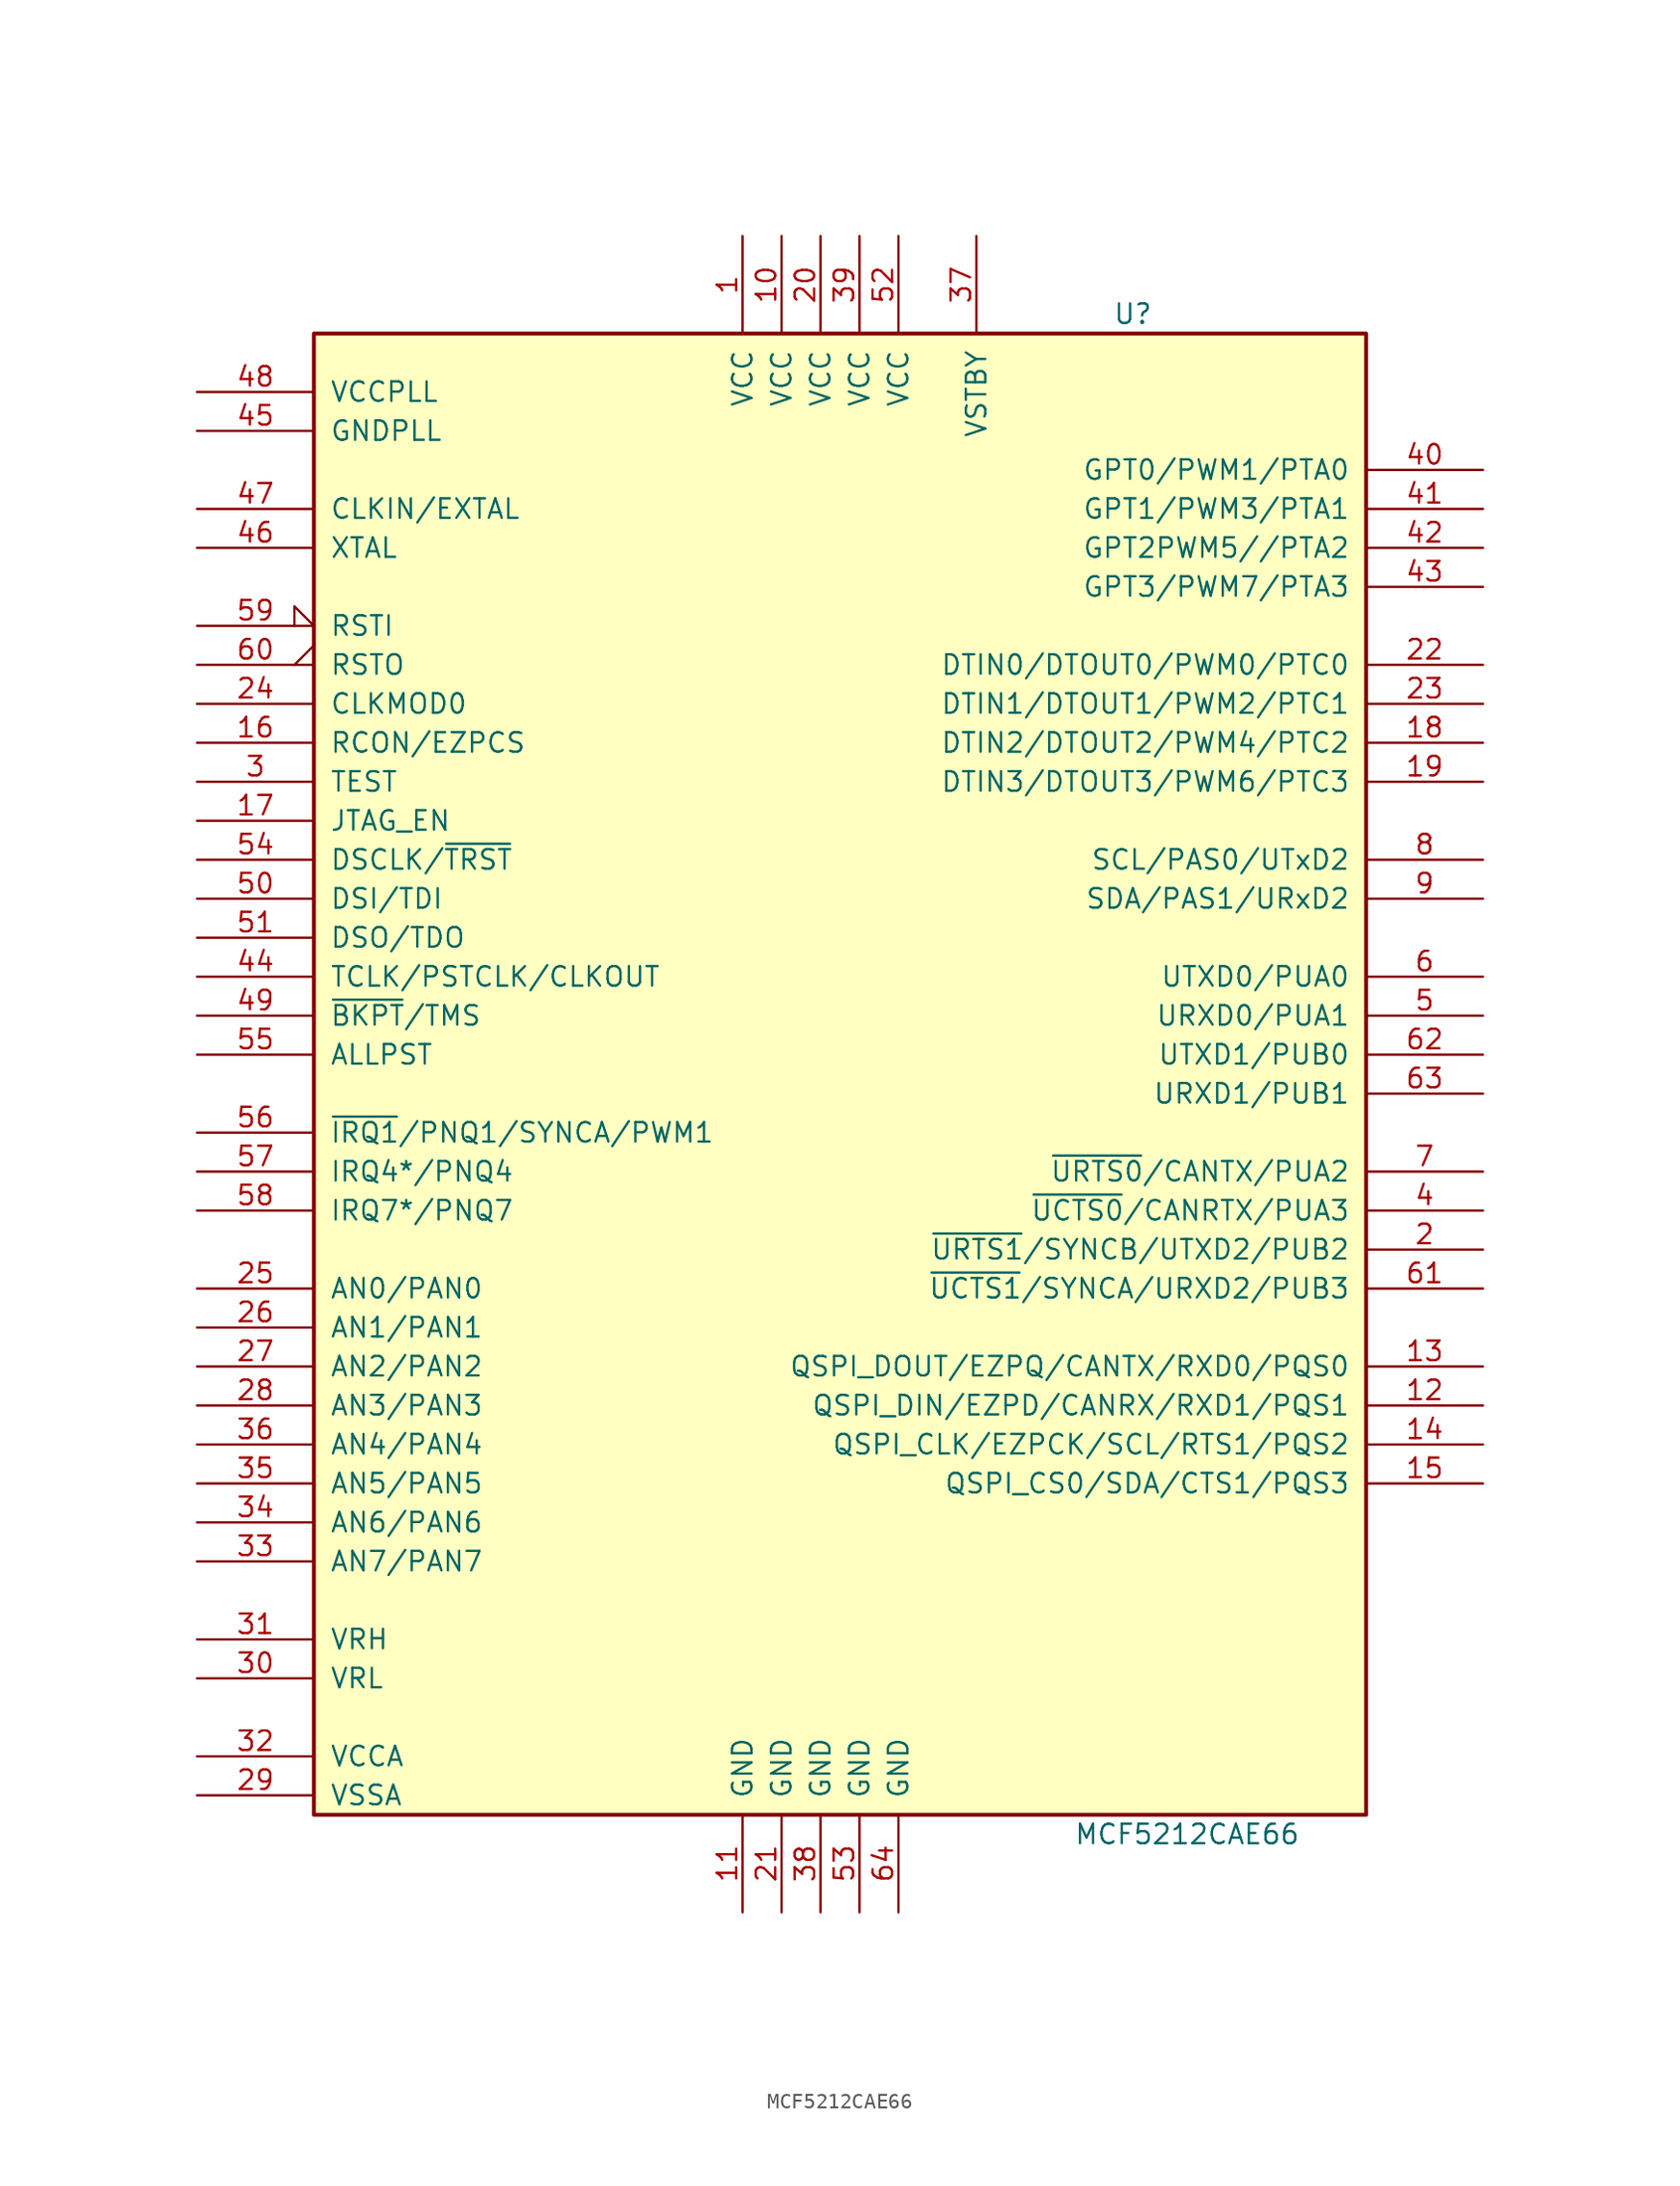
<source format=kicad_sym>
(kicad_symbol_lib
  (version 20201005)
  (generator kicad_symbol_editor)
  (symbol "MCF5212CAE66"
    (pin_names
      (offset 1.016))
    (property "Reference" "U"
      (at 19.05 50.8 0)
      (effects (font (size 1.27 1.27)) (justify left)))
    (property "Value" "MCF5212CAE66"
      (at 16.51 -48.26 0)
      (effects (font (size 1.27 1.27)) (justify left)))
    (symbol "MCF5212CAE66_0_1"
      (rectangle (start -33.02 49.53) (end 35.56 -46.99) (stroke (width 0.254)) (fill (type background))))
    (symbol "MCF5212CAE66_1_1"
      (pin power_in line (at -5.08 55.88 270) (length 6.35) (name "VCC" (effects (font (size 1.27 1.27)))) (number "1" (effects (font (size 1.27 1.27)))))
      (pin power_in line (at -2.54 55.88 270) (length 6.35) (name "VCC" (effects (font (size 1.27 1.27)))) (number "10" (effects (font (size 1.27 1.27)))))
      (pin power_in line (at -5.08 -53.34 90) (length 6.35) (name "GND" (effects (font (size 1.27 1.27)))) (number "11" (effects (font (size 1.27 1.27)))))
      (pin bidirectional line (at 43.18 -20.32 180) (length 7.62) (name "QSPI_DIN/EZPD/CANRX/RXD1/PQS1" (effects (font (size 1.27 1.27)))) (number "12" (effects (font (size 1.27 1.27)))))
      (pin bidirectional line (at 43.18 -17.78 180) (length 7.62) (name "QSPI_DOUT/EZPQ/CANTX/RXD0/PQS0" (effects (font (size 1.27 1.27)))) (number "13" (effects (font (size 1.27 1.27)))))
      (pin bidirectional line (at 43.18 -22.86 180) (length 7.62) (name "QSPI_CLK/EZPCK/SCL/RTS1/PQS2" (effects (font (size 1.27 1.27)))) (number "14" (effects (font (size 1.27 1.27)))))
      (pin bidirectional line (at 43.18 -25.4 180) (length 7.62) (name "QSPI_CS0/SDA/CTS1/PQS3" (effects (font (size 1.27 1.27)))) (number "15" (effects (font (size 1.27 1.27)))))
      (pin input line (at -40.64 22.86 0) (length 7.62) (name "RCON/EZPCS" (effects (font (size 1.27 1.27)))) (number "16" (effects (font (size 1.27 1.27)))))
      (pin input line (at -40.64 17.78 0) (length 7.62) (name "JTAG_EN" (effects (font (size 1.27 1.27)))) (number "17" (effects (font (size 1.27 1.27)))))
      (pin bidirectional line (at 43.18 22.86 180) (length 7.62) (name "DTIN2/DTOUT2/PWM4/PTC2" (effects (font (size 1.27 1.27)))) (number "18" (effects (font (size 1.27 1.27)))))
      (pin bidirectional line (at 43.18 20.32 180) (length 7.62) (name "DTIN3/DTOUT3/PWM6/PTC3" (effects (font (size 1.27 1.27)))) (number "19" (effects (font (size 1.27 1.27)))))
      (pin bidirectional line (at 43.18 -10.16 180) (length 7.62) (name "~URTS1~/SYNCB/UTXD2/PUB2" (effects (font (size 1.27 1.27)))) (number "2" (effects (font (size 1.27 1.27)))))
      (pin power_in line (at 0 55.88 270) (length 6.35) (name "VCC" (effects (font (size 1.27 1.27)))) (number "20" (effects (font (size 1.27 1.27)))))
      (pin power_in line (at -2.54 -53.34 90) (length 6.35) (name "GND" (effects (font (size 1.27 1.27)))) (number "21" (effects (font (size 1.27 1.27)))))
      (pin bidirectional line (at 43.18 27.94 180) (length 7.62) (name "DTIN0/DTOUT0/PWM0/PTC0" (effects (font (size 1.27 1.27)))) (number "22" (effects (font (size 1.27 1.27)))))
      (pin bidirectional line (at 43.18 25.4 180) (length 7.62) (name "DTIN1/DTOUT1/PWM2/PTC1" (effects (font (size 1.27 1.27)))) (number "23" (effects (font (size 1.27 1.27)))))
      (pin input line (at -40.64 25.4 0) (length 7.62) (name "CLKMOD0" (effects (font (size 1.27 1.27)))) (number "24" (effects (font (size 1.27 1.27)))))
      (pin bidirectional line (at -40.64 -12.7 0) (length 7.62) (name "AN0/PAN0" (effects (font (size 1.27 1.27)))) (number "25" (effects (font (size 1.27 1.27)))))
      (pin bidirectional line (at -40.64 -15.24 0) (length 7.62) (name "AN1/PAN1" (effects (font (size 1.27 1.27)))) (number "26" (effects (font (size 1.27 1.27)))))
      (pin bidirectional line (at -40.64 -17.78 0) (length 7.62) (name "AN2/PAN2" (effects (font (size 1.27 1.27)))) (number "27" (effects (font (size 1.27 1.27)))))
      (pin bidirectional line (at -40.64 -20.32 0) (length 7.62) (name "AN3/PAN3" (effects (font (size 1.27 1.27)))) (number "28" (effects (font (size 1.27 1.27)))))
      (pin input line (at -40.64 -45.72 0) (length 7.62) (name "VSSA" (effects (font (size 1.27 1.27)))) (number "29" (effects (font (size 1.27 1.27)))))
      (pin input line (at -40.64 20.32 0) (length 7.62) (name "TEST" (effects (font (size 1.27 1.27)))) (number "3" (effects (font (size 1.27 1.27)))))
      (pin input line (at -40.64 -38.1 0) (length 7.62) (name "VRL" (effects (font (size 1.27 1.27)))) (number "30" (effects (font (size 1.27 1.27)))))
      (pin input line (at -40.64 -35.56 0) (length 7.62) (name "VRH" (effects (font (size 1.27 1.27)))) (number "31" (effects (font (size 1.27 1.27)))))
      (pin input line (at -40.64 -43.18 0) (length 7.62) (name "VCCA" (effects (font (size 1.27 1.27)))) (number "32" (effects (font (size 1.27 1.27)))))
      (pin bidirectional line (at -40.64 -30.48 0) (length 7.62) (name "AN7/PAN7" (effects (font (size 1.27 1.27)))) (number "33" (effects (font (size 1.27 1.27)))))
      (pin bidirectional line (at -40.64 -27.94 0) (length 7.62) (name "AN6/PAN6" (effects (font (size 1.27 1.27)))) (number "34" (effects (font (size 1.27 1.27)))))
      (pin bidirectional line (at -40.64 -25.4 0) (length 7.62) (name "AN5/PAN5" (effects (font (size 1.27 1.27)))) (number "35" (effects (font (size 1.27 1.27)))))
      (pin bidirectional line (at -40.64 -22.86 0) (length 7.62) (name "AN4/PAN4" (effects (font (size 1.27 1.27)))) (number "36" (effects (font (size 1.27 1.27)))))
      (pin power_in line (at 10.16 55.88 270) (length 6.35) (name "VSTBY" (effects (font (size 1.27 1.27)))) (number "37" (effects (font (size 1.27 1.27)))))
      (pin power_in line (at 0 -53.34 90) (length 6.35) (name "GND" (effects (font (size 1.27 1.27)))) (number "38" (effects (font (size 1.27 1.27)))))
      (pin power_in line (at 2.54 55.88 270) (length 6.35) (name "VCC" (effects (font (size 1.27 1.27)))) (number "39" (effects (font (size 1.27 1.27)))))
      (pin bidirectional line (at 43.18 -7.62 180) (length 7.62) (name "~UCTS0~/CANRTX/PUA3" (effects (font (size 1.27 1.27)))) (number "4" (effects (font (size 1.27 1.27)))))
      (pin bidirectional line (at 43.18 40.64 180) (length 7.62) (name "GPT0/PWM1/PTA0" (effects (font (size 1.27 1.27)))) (number "40" (effects (font (size 1.27 1.27)))))
      (pin bidirectional line (at 43.18 38.1 180) (length 7.62) (name "GPT1/PWM3/PTA1" (effects (font (size 1.27 1.27)))) (number "41" (effects (font (size 1.27 1.27)))))
      (pin bidirectional line (at 43.18 35.56 180) (length 7.62) (name "GPT2PWM5//PTA2" (effects (font (size 1.27 1.27)))) (number "42" (effects (font (size 1.27 1.27)))))
      (pin bidirectional line (at 43.18 33.02 180) (length 7.62) (name "GPT3/PWM7/PTA3" (effects (font (size 1.27 1.27)))) (number "43" (effects (font (size 1.27 1.27)))))
      (pin input line (at -40.64 7.62 0) (length 7.62) (name "TCLK/PSTCLK/CLKOUT" (effects (font (size 1.27 1.27)))) (number "44" (effects (font (size 1.27 1.27)))))
      (pin passive line (at -40.64 43.18 0) (length 7.62) (name "GNDPLL" (effects (font (size 1.27 1.27)))) (number "45" (effects (font (size 1.27 1.27)))))
      (pin output line (at -40.64 35.56 0) (length 7.62) (name "XTAL" (effects (font (size 1.27 1.27)))) (number "46" (effects (font (size 1.27 1.27)))))
      (pin input line (at -40.64 38.1 0) (length 7.62) (name "CLKIN/EXTAL" (effects (font (size 1.27 1.27)))) (number "47" (effects (font (size 1.27 1.27)))))
      (pin passive line (at -40.64 45.72 0) (length 7.62) (name "VCCPLL" (effects (font (size 1.27 1.27)))) (number "48" (effects (font (size 1.27 1.27)))))
      (pin input line (at -40.64 5.08 0) (length 7.62) (name "~BKPT~/TMS" (effects (font (size 1.27 1.27)))) (number "49" (effects (font (size 1.27 1.27)))))
      (pin bidirectional line (at 43.18 5.08 180) (length 7.62) (name "URXD0/PUA1" (effects (font (size 1.27 1.27)))) (number "5" (effects (font (size 1.27 1.27)))))
      (pin input line (at -40.64 12.7 0) (length 7.62) (name "DSI/TDI" (effects (font (size 1.27 1.27)))) (number "50" (effects (font (size 1.27 1.27)))))
      (pin output line (at -40.64 10.16 0) (length 7.62) (name "DSO/TDO" (effects (font (size 1.27 1.27)))) (number "51" (effects (font (size 1.27 1.27)))))
      (pin power_in line (at 5.08 55.88 270) (length 6.35) (name "VCC" (effects (font (size 1.27 1.27)))) (number "52" (effects (font (size 1.27 1.27)))))
      (pin power_in line (at 2.54 -53.34 90) (length 6.35) (name "GND" (effects (font (size 1.27 1.27)))) (number "53" (effects (font (size 1.27 1.27)))))
      (pin input line (at -40.64 15.24 0) (length 7.62) (name "DSCLK/~TRST~" (effects (font (size 1.27 1.27)))) (number "54" (effects (font (size 1.27 1.27)))))
      (pin output line (at -40.64 2.54 0) (length 7.62) (name "ALLPST" (effects (font (size 1.27 1.27)))) (number "55" (effects (font (size 1.27 1.27)))))
      (pin bidirectional line (at -40.64 -2.54 0) (length 7.62) (name "~IRQ1~/PNQ1/SYNCA/PWM1" (effects (font (size 1.27 1.27)))) (number "56" (effects (font (size 1.27 1.27)))))
      (pin bidirectional line (at -40.64 -5.08 0) (length 7.62) (name "IRQ4*/PNQ4" (effects (font (size 1.27 1.27)))) (number "57" (effects (font (size 1.27 1.27)))))
      (pin bidirectional line (at -40.64 -7.62 0) (length 7.62) (name "IRQ7*/PNQ7" (effects (font (size 1.27 1.27)))) (number "58" (effects (font (size 1.27 1.27)))))
      (pin input input_low (at -40.64 30.48 0) (length 7.62) (name "RSTI" (effects (font (size 1.27 1.27)))) (number "59" (effects (font (size 1.27 1.27)))))
      (pin bidirectional line (at 43.18 7.62 180) (length 7.62) (name "UTXD0/PUA0" (effects (font (size 1.27 1.27)))) (number "6" (effects (font (size 1.27 1.27)))))
      (pin output output_low (at -40.64 27.94 0) (length 7.62) (name "RSTO" (effects (font (size 1.27 1.27)))) (number "60" (effects (font (size 1.27 1.27)))))
      (pin bidirectional line (at 43.18 -12.7 180) (length 7.62) (name "~UCTS1~/SYNCA/URXD2/PUB3" (effects (font (size 1.27 1.27)))) (number "61" (effects (font (size 1.27 1.27)))))
      (pin bidirectional line (at 43.18 2.54 180) (length 7.62) (name "UTXD1/PUB0" (effects (font (size 1.27 1.27)))) (number "62" (effects (font (size 1.27 1.27)))))
      (pin bidirectional line (at 43.18 0 180) (length 7.62) (name "URXD1/PUB1" (effects (font (size 1.27 1.27)))) (number "63" (effects (font (size 1.27 1.27)))))
      (pin power_in line (at 5.08 -53.34 90) (length 6.35) (name "GND" (effects (font (size 1.27 1.27)))) (number "64" (effects (font (size 1.27 1.27)))))
      (pin bidirectional line (at 43.18 -5.08 180) (length 7.62) (name "~URTS0~/CANTX/PUA2" (effects (font (size 1.27 1.27)))) (number "7" (effects (font (size 1.27 1.27)))))
      (pin bidirectional line (at 43.18 15.24 180) (length 7.62) (name "SCL/PAS0/UTxD2" (effects (font (size 1.27 1.27)))) (number "8" (effects (font (size 1.27 1.27)))))
      (pin bidirectional line (at 43.18 12.7 180) (length 7.62) (name "SDA/PAS1/URxD2" (effects (font (size 1.27 1.27)))) (number "9" (effects (font (size 1.27 1.27))))))))
</source>
